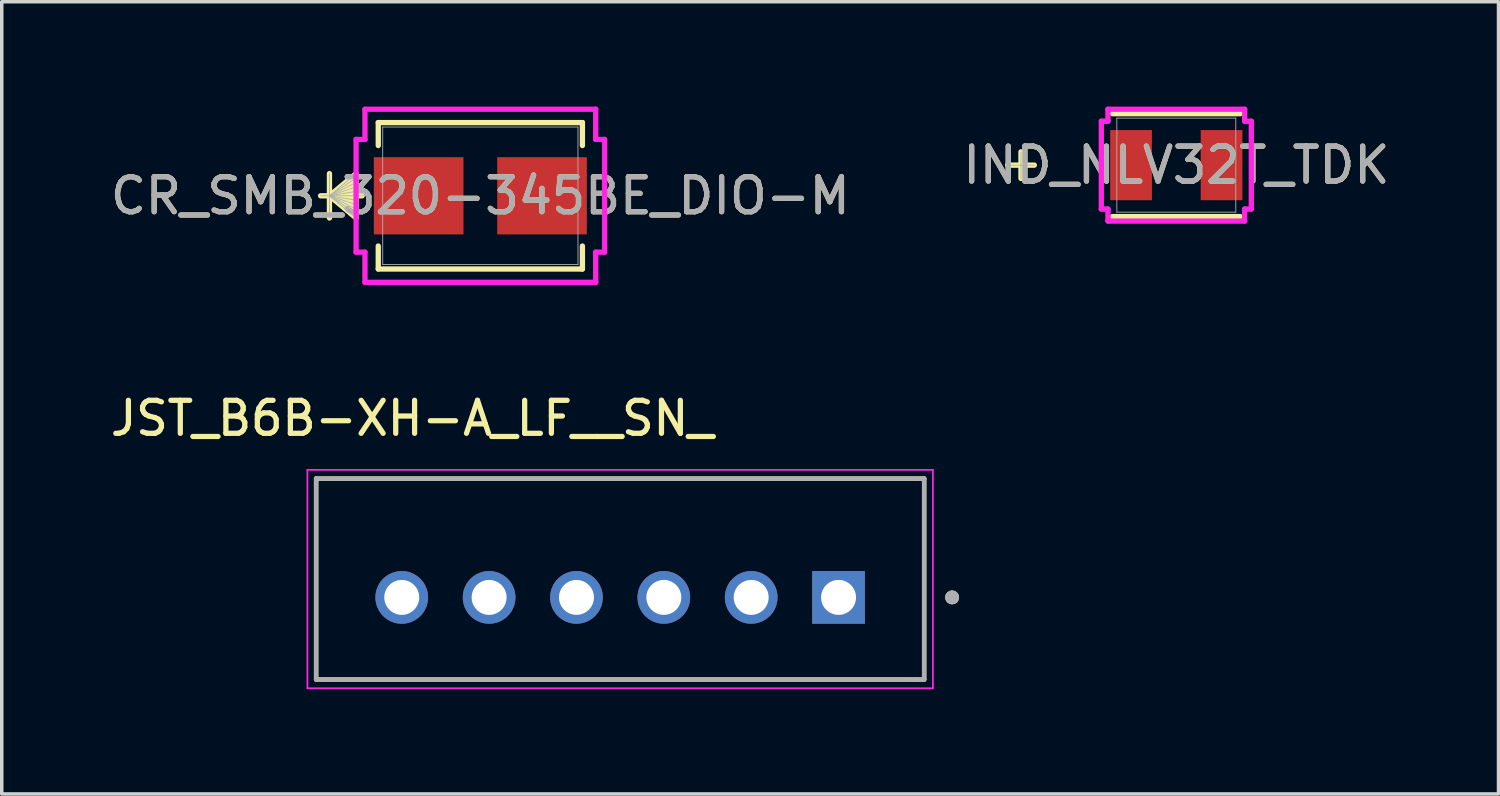
<source format=kicad_pcb>
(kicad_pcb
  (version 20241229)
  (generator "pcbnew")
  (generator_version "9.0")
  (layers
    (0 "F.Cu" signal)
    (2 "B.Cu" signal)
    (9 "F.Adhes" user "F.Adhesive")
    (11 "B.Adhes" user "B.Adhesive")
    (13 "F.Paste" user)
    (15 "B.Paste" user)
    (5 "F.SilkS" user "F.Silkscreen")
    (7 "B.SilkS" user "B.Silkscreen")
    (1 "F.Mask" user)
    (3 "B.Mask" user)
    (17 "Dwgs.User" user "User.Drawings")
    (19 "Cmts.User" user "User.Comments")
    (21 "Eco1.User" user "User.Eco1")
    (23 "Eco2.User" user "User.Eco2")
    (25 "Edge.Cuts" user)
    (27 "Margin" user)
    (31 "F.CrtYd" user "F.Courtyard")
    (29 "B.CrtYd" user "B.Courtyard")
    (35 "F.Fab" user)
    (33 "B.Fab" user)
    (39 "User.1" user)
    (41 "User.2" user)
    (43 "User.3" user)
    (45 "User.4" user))
  (footprint "JST_B6B-XH-A_LF__SN_"
    (layer "F.Cu")
    (at 14.697 13.521)
    (property "Reference" "JST_B6B-XH-A_LF__SN_" (at -5.95 -4.6 0) (layer "F.SilkS") (effects (font (size 0.945 0.945) (thickness 0.15))))
    (attr through_hole)
    (fp_line (start -8.7 -2.875) (end 8.7 -2.875) (stroke (width 0.127) (type solid)) (layer "F.SilkS"))
    (fp_line (start -8.7 2.875) (end -8.7 -2.875) (stroke (width 0.127) (type solid)) (layer "F.SilkS"))
    (fp_line (start 8.7 -2.875) (end 8.7 2.875) (stroke (width 0.127) (type solid)) (layer "F.SilkS"))
    (fp_line (start 8.7 2.875) (end -8.7 2.875) (stroke (width 0.127) (type solid)) (layer "F.SilkS"))
    (fp_circle (center 9.5 0.525) (end 9.6 0.525) (stroke (width 0.2) (type solid)) (fill no) (layer "F.SilkS"))
    (fp_line (start -8.95 -3.125) (end 8.95 -3.125) (stroke (width 0.05) (type solid)) (layer "F.CrtYd"))
    (fp_line (start -8.95 3.125) (end -8.95 -3.125) (stroke (width 0.05) (type solid)) (layer "F.CrtYd"))
    (fp_line (start 8.95 -3.125) (end 8.95 3.125) (stroke (width 0.05) (type solid)) (layer "F.CrtYd"))
    (fp_line (start 8.95 3.125) (end -8.95 3.125) (stroke (width 0.05) (type solid)) (layer "F.CrtYd"))
    (fp_line (start -8.7 -2.875) (end 8.7 -2.875) (stroke (width 0.127) (type solid)) (layer "F.Fab"))
    (fp_line (start -8.7 2.875) (end -8.7 -2.875) (stroke (width 0.127) (type solid)) (layer "F.Fab"))
    (fp_line (start 8.7 -2.875) (end 8.7 2.875) (stroke (width 0.127) (type solid)) (layer "F.Fab"))
    (fp_line (start 8.7 2.875) (end -8.7 2.875) (stroke (width 0.127) (type solid)) (layer "F.Fab"))
    (fp_circle (center 9.5 0.525) (end 9.6 0.525) (stroke (width 0.2) (type solid)) (fill no) (layer "F.Fab"))
    (pad "1" thru_hole rect (at 6.25 0.525) (size 1.508 1.508) (drill 1) (layers "*.Cu" "*.Mask"))
    (pad "2" thru_hole circle (at 3.75 0.525) (size 1.508 1.508) (drill 1) (layers "*.Cu" "*.Mask"))
    (pad "3" thru_hole circle (at 1.25 0.525) (size 1.508 1.508) (drill 1) (layers "*.Cu" "*.Mask"))
    (pad "4" thru_hole circle (at -1.25 0.525) (size 1.508 1.508) (drill 1) (layers "*.Cu" "*.Mask"))
    (pad "5" thru_hole circle (at -3.75 0.525) (size 1.508 1.508) (drill 1) (layers "*.Cu" "*.Mask"))
    (pad "6" thru_hole circle (at -6.25 0.525) (size 1.508 1.508) (drill 1) (layers "*.Cu" "*.Mask")))
  (footprint "CR_SMB_320-345BE_DIO-M"
    (layer "F.Cu")
    (at 10.696 2.553)
    (property "Reference" "CR_SMB_320-345BE_DIO-M" (at 0 0 0) (unlocked yes) (layer "F.SilkS") (effects (font (size 1 1) (thickness 0.15))))
    (attr smd)
    (fp_line (start -4.318 -0.635) (end -4.318 0.635) (stroke (width 0.152) (type solid)) (layer "F.SilkS"))
    (fp_line (start -4.318 0) (end -3.556 -0.635) (stroke (width 0.152) (type solid)) (layer "F.SilkS"))
    (fp_line (start -4.318 0) (end -3.556 -0.508) (stroke (width 0.152) (type solid)) (layer "F.SilkS"))
    (fp_line (start -4.318 0) (end -3.556 -0.381) (stroke (width 0.152) (type solid)) (layer "F.SilkS"))
    (fp_line (start -4.318 0) (end -3.556 -0.254) (stroke (width 0.152) (type solid)) (layer "F.SilkS"))
    (fp_line (start -4.318 0) (end -3.556 -0.127) (stroke (width 0.152) (type solid)) (layer "F.SilkS"))
    (fp_line (start -4.318 0) (end -3.556 0.127) (stroke (width 0.152) (type solid)) (layer "F.SilkS"))
    (fp_line (start -4.318 0) (end -3.556 0.254) (stroke (width 0.152) (type solid)) (layer "F.SilkS"))
    (fp_line (start -4.318 0) (end -3.556 0.381) (stroke (width 0.152) (type solid)) (layer "F.SilkS"))
    (fp_line (start -4.318 0) (end -3.556 0.508) (stroke (width 0.152) (type solid)) (layer "F.SilkS"))
    (fp_line (start -4.318 0) (end -3.556 0.635) (stroke (width 0.152) (type solid)) (layer "F.SilkS"))
    (fp_line (start -3.556 -0.635) (end -3.556 0.635) (stroke (width 0.152) (type solid)) (layer "F.SilkS"))
    (fp_line (start -3.381 0) (end -4.572 0) (stroke (width 0.152) (type solid)) (layer "F.SilkS"))
    (fp_line (start -2.921 -2.095) (end -2.921 -1.438) (stroke (width 0.152) (type solid)) (layer "F.SilkS"))
    (fp_line (start -2.921 1.438) (end -2.921 2.095) (stroke (width 0.152) (type solid)) (layer "F.SilkS"))
    (fp_line (start -2.921 2.095) (end 2.921 2.095) (stroke (width 0.152) (type solid)) (layer "F.SilkS"))
    (fp_line (start 2.921 -2.095) (end -2.921 -2.095) (stroke (width 0.152) (type solid)) (layer "F.SilkS"))
    (fp_line (start 2.921 -1.438) (end 2.921 -2.095) (stroke (width 0.152) (type solid)) (layer "F.SilkS"))
    (fp_line (start 2.921 2.095) (end 2.921 1.438) (stroke (width 0.152) (type solid)) (layer "F.SilkS"))
    (fp_line (start -3.556 -1.613) (end -3.302 -1.613) (stroke (width 0.152) (type solid)) (layer "F.CrtYd"))
    (fp_line (start -3.556 1.613) (end -3.556 -1.613) (stroke (width 0.152) (type solid)) (layer "F.CrtYd"))
    (fp_line (start -3.302 -2.477) (end 3.302 -2.477) (stroke (width 0.152) (type solid)) (layer "F.CrtYd"))
    (fp_line (start -3.302 -1.613) (end -3.302 -2.477) (stroke (width 0.152) (type solid)) (layer "F.CrtYd"))
    (fp_line (start -3.302 1.613) (end -3.556 1.613) (stroke (width 0.152) (type solid)) (layer "F.CrtYd"))
    (fp_line (start -3.302 2.477) (end -3.302 1.613) (stroke (width 0.152) (type solid)) (layer "F.CrtYd"))
    (fp_line (start 3.302 -2.477) (end 3.302 -1.613) (stroke (width 0.152) (type solid)) (layer "F.CrtYd"))
    (fp_line (start 3.302 -1.613) (end 3.556 -1.613) (stroke (width 0.152) (type solid)) (layer "F.CrtYd"))
    (fp_line (start 3.302 1.613) (end 3.302 2.477) (stroke (width 0.152) (type solid)) (layer "F.CrtYd"))
    (fp_line (start 3.302 2.477) (end -3.302 2.477) (stroke (width 0.152) (type solid)) (layer "F.CrtYd"))
    (fp_line (start 3.556 -1.613) (end 3.556 1.613) (stroke (width 0.152) (type solid)) (layer "F.CrtYd"))
    (fp_line (start 3.556 1.613) (end 3.302 1.613) (stroke (width 0.152) (type solid)) (layer "F.CrtYd"))
    (fp_line (start -4.318 -0.635) (end -4.318 0.635) (stroke (width 0.025) (type solid)) (layer "F.Fab"))
    (fp_line (start -4.318 0) (end -3.556 -0.635) (stroke (width 0.025) (type solid)) (layer "F.Fab"))
    (fp_line (start -4.318 0) (end -3.556 -0.508) (stroke (width 0.025) (type solid)) (layer "F.Fab"))
    (fp_line (start -4.318 0) (end -3.556 -0.381) (stroke (width 0.025) (type solid)) (layer "F.Fab"))
    (fp_line (start -4.318 0) (end -3.556 -0.254) (stroke (width 0.025) (type solid)) (layer "F.Fab"))
    (fp_line (start -4.318 0) (end -3.556 -0.127) (stroke (width 0.025) (type solid)) (layer "F.Fab"))
    (fp_line (start -4.318 0) (end -3.556 0.127) (stroke (width 0.025) (type solid)) (layer "F.Fab"))
    (fp_line (start -4.318 0) (end -3.556 0.254) (stroke (width 0.025) (type solid)) (layer "F.Fab"))
    (fp_line (start -4.318 0) (end -3.556 0.381) (stroke (width 0.025) (type solid)) (layer "F.Fab"))
    (fp_line (start -4.318 0) (end -3.556 0.508) (stroke (width 0.025) (type solid)) (layer "F.Fab"))
    (fp_line (start -4.318 0) (end -3.556 0.635) (stroke (width 0.025) (type solid)) (layer "F.Fab"))
    (fp_line (start -3.556 -0.635) (end -3.556 0.635) (stroke (width 0.025) (type solid)) (layer "F.Fab"))
    (fp_line (start -3.302 0) (end -4.572 0) (stroke (width 0.025) (type solid)) (layer "F.Fab"))
    (fp_line (start -2.794 -1.968) (end -2.794 1.968) (stroke (width 0.025) (type solid)) (layer "F.Fab"))
    (fp_line (start -2.794 1.968) (end 2.794 1.968) (stroke (width 0.025) (type solid)) (layer "F.Fab"))
    (fp_line (start 2.794 -1.968) (end -2.794 -1.968) (stroke (width 0.025) (type solid)) (layer "F.Fab"))
    (fp_line (start 2.794 1.968) (end 2.794 -1.968) (stroke (width 0.025) (type solid)) (layer "F.Fab"))
    (fp_text user "${REFERENCE}" (at 0 0 0) (unlocked yes) (layer "F.Fab") (effects (font (size 1 1) (thickness 0.15))))
    (pad "1" smd rect (at -1.765 0 90) (size 2.21 2.565) (layers "F.Cu" "F.Mask" "F.Paste"))
    (pad "2" smd rect (at 1.765 0 90) (size 2.21 2.565) (layers "F.Cu" "F.Mask" "F.Paste"))
    (zone (net_name "") (layer "F.Cu") (hatch full 0.508) (connect_pads) (min_thickness 0.254) (filled_areas_thickness no) (keepout (tracks not_allowed) (vias not_allowed) (pads allowed) (copperpour not_allowed) (footprints allowed)) (placement (enabled no)) (fill) (polygon (pts (xy 7.953 0.635) (xy 13.44 0.635) (xy 13.44 1.397) (xy 7.953 1.397))))
    (zone (net_name "") (layer "F.Cu") (hatch full 0.508) (connect_pads) (min_thickness 0.254) (filled_areas_thickness no) (keepout (tracks not_allowed) (vias not_allowed) (pads allowed) (copperpour not_allowed) (footprints allowed)) (placement (enabled no)) (fill) (polygon (pts (xy 7.953 3.708) (xy 13.44 3.708) (xy 13.44 4.47) (xy 7.953 4.47))))
    (zone (net_name "") (layer "F.Cu") (hatch full 0.508) (connect_pads) (min_thickness 0.254) (filled_areas_thickness no) (keepout (tracks not_allowed) (vias not_allowed) (pads allowed) (copperpour not_allowed) (footprints allowed)) (placement (enabled no)) (fill) (polygon (pts (xy 10.265 1.397) (xy 11.128 1.397) (xy 11.128 3.708) (xy 10.265 3.708)))))
  (footprint "IND_NLV32T_TDK"
    (layer "F.Cu")
    (at 30.613 1.676)
    (property "Reference" "IND_NLV32T_TDK" (at 0 0 0) (unlocked yes) (layer "F.SilkS") (effects (font (size 1 1) (thickness 0.15))))
    (attr smd)
    (fp_line (start -4.445 -0.381) (end -4.445 0.381) (stroke (width 0.152) (type solid)) (layer "F.SilkS"))
    (fp_line (start -4.064 0) (end -4.826 0) (stroke (width 0.152) (type solid)) (layer "F.SilkS"))
    (fp_line (start -1.829 1.473) (end 1.829 1.473) (stroke (width 0.152) (type solid)) (layer "F.SilkS"))
    (fp_line (start 1.829 -1.473) (end -1.829 -1.473) (stroke (width 0.152) (type solid)) (layer "F.SilkS"))
    (fp_line (start -2.146 -1.257) (end -1.956 -1.257) (stroke (width 0.152) (type solid)) (layer "F.CrtYd"))
    (fp_line (start -2.146 1.257) (end -2.146 -1.257) (stroke (width 0.152) (type solid)) (layer "F.CrtYd"))
    (fp_line (start -1.956 -1.6) (end 1.956 -1.6) (stroke (width 0.152) (type solid)) (layer "F.CrtYd"))
    (fp_line (start -1.956 -1.257) (end -1.956 -1.6) (stroke (width 0.152) (type solid)) (layer "F.CrtYd"))
    (fp_line (start -1.956 1.257) (end -2.146 1.257) (stroke (width 0.152) (type solid)) (layer "F.CrtYd"))
    (fp_line (start -1.956 1.6) (end -1.956 1.257) (stroke (width 0.152) (type solid)) (layer "F.CrtYd"))
    (fp_line (start 1.956 -1.6) (end 1.956 -1.257) (stroke (width 0.152) (type solid)) (layer "F.CrtYd"))
    (fp_line (start 1.956 -1.257) (end 2.146 -1.257) (stroke (width 0.152) (type solid)) (layer "F.CrtYd"))
    (fp_line (start 1.956 1.257) (end 1.956 1.6) (stroke (width 0.152) (type solid)) (layer "F.CrtYd"))
    (fp_line (start 1.956 1.6) (end -1.956 1.6) (stroke (width 0.152) (type solid)) (layer "F.CrtYd"))
    (fp_line (start 2.146 -1.257) (end 2.146 1.257) (stroke (width 0.152) (type solid)) (layer "F.CrtYd"))
    (fp_line (start 2.146 1.257) (end 1.956 1.257) (stroke (width 0.152) (type solid)) (layer "F.CrtYd"))
    (fp_line (start -4.445 -0.381) (end -4.445 0.381) (stroke (width 0.025) (type solid)) (layer "F.Fab"))
    (fp_line (start -4.064 0) (end -4.826 0) (stroke (width 0.025) (type solid)) (layer "F.Fab"))
    (fp_line (start -1.702 -1.346) (end -1.702 1.346) (stroke (width 0.025) (type solid)) (layer "F.Fab"))
    (fp_line (start -1.702 1.346) (end 1.702 1.346) (stroke (width 0.025) (type solid)) (layer "F.Fab"))
    (fp_line (start 1.702 -1.346) (end -1.702 -1.346) (stroke (width 0.025) (type solid)) (layer "F.Fab"))
    (fp_line (start 1.702 1.346) (end 1.702 -1.346) (stroke (width 0.025) (type solid)) (layer "F.Fab"))
    (fp_text user "${REFERENCE}" (at 0 0 0) (unlocked yes) (layer "F.Fab") (effects (font (size 1 1) (thickness 0.15))))
    (pad "1" smd rect (at -1.295 0) (size 1.194 2.007) (layers "F.Cu" "F.Mask" "F.Paste"))
    (pad "2" smd rect (at 1.295 0) (size 1.194 2.007) (layers "F.Cu" "F.Mask" "F.Paste"))
    (zone (net_name "") (layer "F.Cu") (hatch full 0.508) (connect_pads) (min_thickness 0.254) (filled_areas_thickness no) (keepout (tracks not_allowed) (vias not_allowed) (pads allowed) (copperpour not_allowed) (footprints allowed)) (placement (enabled no)) (fill) (polygon (pts (xy 28.962 0.381) (xy 32.264 0.381) (xy 32.264 0.622) (xy 28.962 0.622))))
    (zone (net_name "") (layer "F.Cu") (hatch full 0.508) (connect_pads) (min_thickness 0.254) (filled_areas_thickness no) (keepout (tracks not_allowed) (vias not_allowed) (pads allowed) (copperpour not_allowed) (footprints allowed)) (placement (enabled no)) (fill) (polygon (pts (xy 28.962 2.731) (xy 32.264 2.731) (xy 32.264 2.972) (xy 28.962 2.972))))
    (zone (net_name "") (layer "F.Cu") (hatch full 0.508) (connect_pads) (min_thickness 0.254) (filled_areas_thickness no) (keepout (tracks not_allowed) (vias not_allowed) (pads allowed) (copperpour not_allowed) (footprints allowed)) (placement (enabled no)) (fill) (polygon (pts (xy 29.711 0.622) (xy 31.515 0.622) (xy 31.515 2.731) (xy 29.711 2.731)))))
  (gr_rect
    (start -3 -3)
    (end 39.833 19.671)
    (stroke (width 0.1) (type default))
    (fill no)
    (layer "Edge.Cuts")))
</source>
